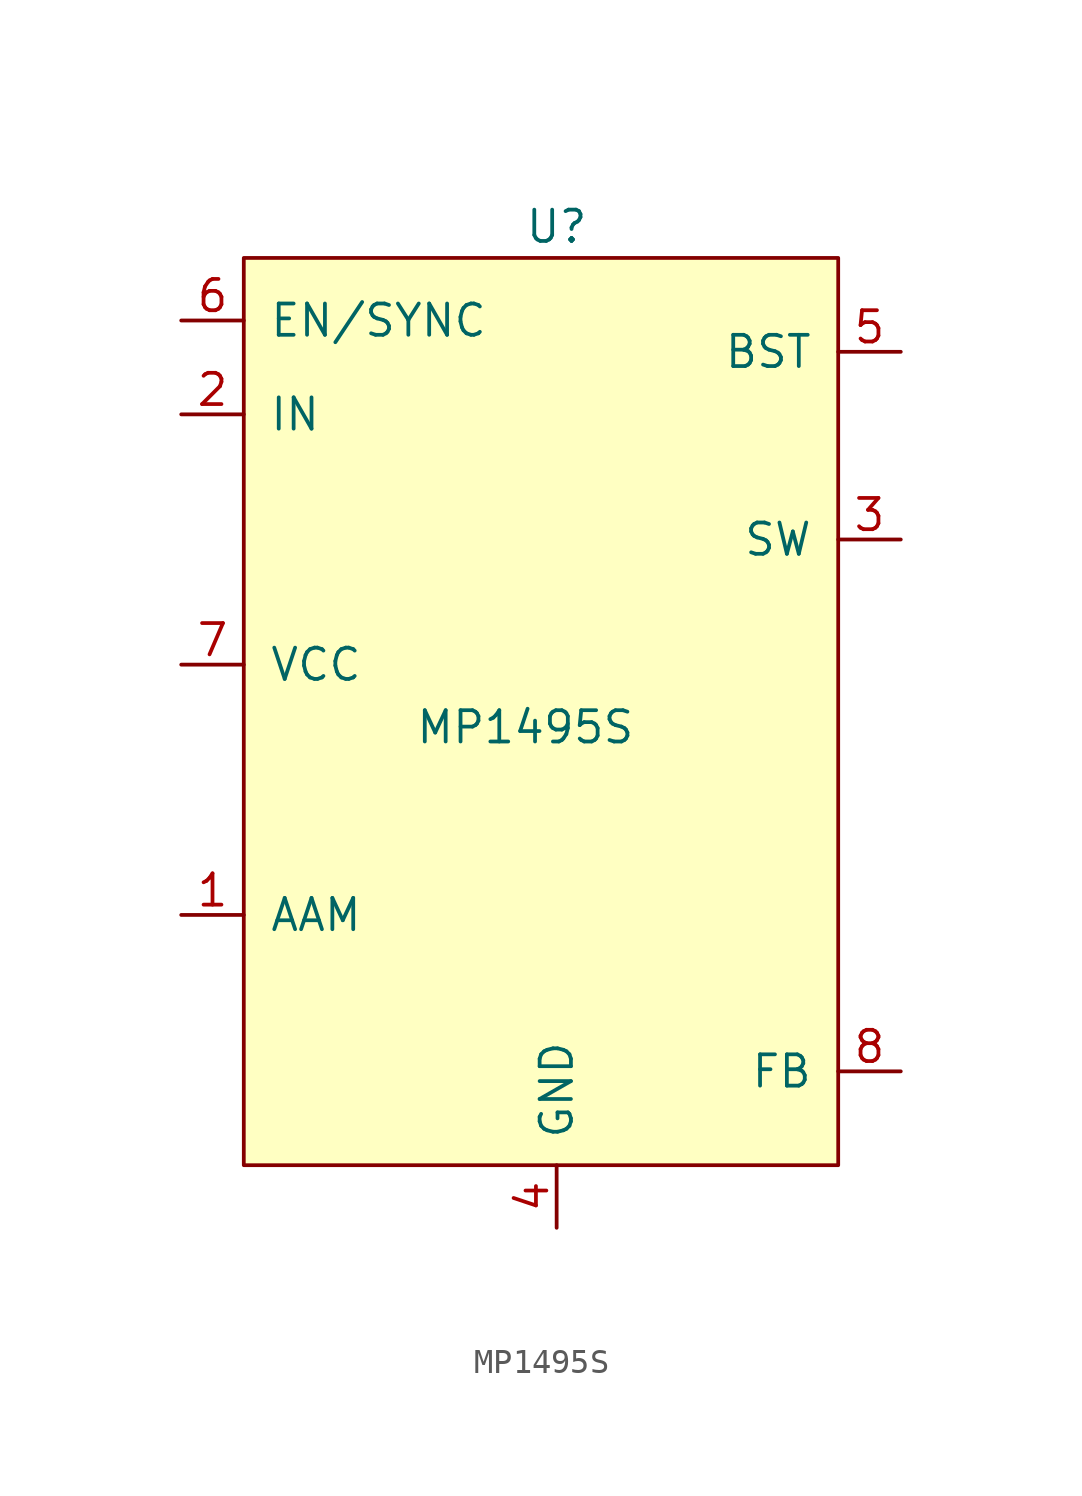
<source format=kicad_sym>
(kicad_symbol_lib
  (version 20211014)
  (generator kicad_symbol_editor)
  (symbol "MP1495S"
    (pin_names
      (offset 1.016))
    (property "Reference" "U"
      (at 0 17.78 0)
      (effects (font (size 1.27 1.27))))
    (property "Value" "MP1495S"
      (at -1.27 -2.54 0)
      (effects (font (size 1.27 1.27))))
    (symbol "MP1495S_0_1"
      (rectangle (start -12.7 16.51) (end 11.43 -20.32) (stroke (width 0) (type default) (color 0 0 0 0)) (fill (type background))))
    (symbol "MP1495S_1_1"
      (pin input line (at -15.24 -10.16 0) (length 2.54) (name "AAM" (effects (font (size 1.27 1.27)))) (number "1" (effects (font (size 1.27 1.27)))))
      (pin input line (at -15.24 10.16 0) (length 2.54) (name "IN" (effects (font (size 1.27 1.27)))) (number "2" (effects (font (size 1.27 1.27)))))
      (pin input line (at 13.97 5.08 180) (length 2.54) (name "SW" (effects (font (size 1.27 1.27)))) (number "3" (effects (font (size 1.27 1.27)))))
      (pin input line (at 0 -22.86 90) (length 2.54) (name "GND" (effects (font (size 1.27 1.27)))) (number "4" (effects (font (size 1.27 1.27)))))
      (pin input line (at 13.97 12.7 180) (length 2.54) (name "BST" (effects (font (size 1.27 1.27)))) (number "5" (effects (font (size 1.27 1.27)))))
      (pin input line (at -15.24 13.97 0) (length 2.54) (name "EN/SYNC" (effects (font (size 1.27 1.27)))) (number "6" (effects (font (size 1.27 1.27)))))
      (pin input line (at -15.24 0 0) (length 2.54) (name "VCC" (effects (font (size 1.27 1.27)))) (number "7" (effects (font (size 1.27 1.27)))))
      (pin input line (at 13.97 -16.51 180) (length 2.54) (name "FB" (effects (font (size 1.27 1.27)))) (number "8" (effects (font (size 1.27 1.27))))))))
</source>
